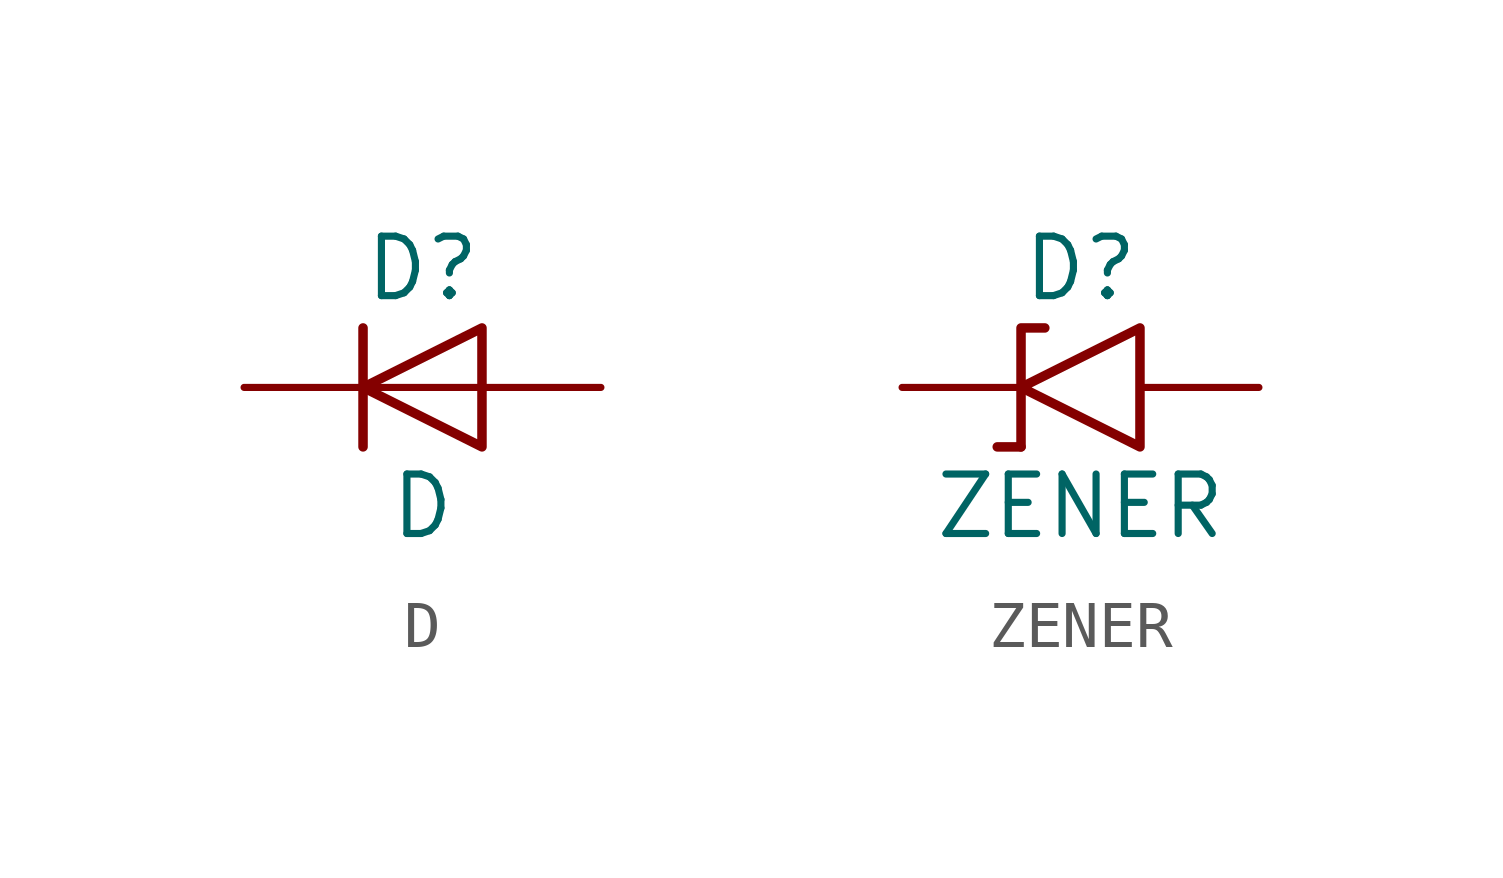
<source format=kicad_sym>
(kicad_symbol_lib
  (version 20201005)
  (generator kicad_symbol_editor)
  (symbol "D"
    (pin_numbers hide)
    (pin_names
      (offset 1.016) hide)
    (property "Reference" "D"
      (at 0 2.54 0)
      (effects (font (size 1.27 1.27))))
    (property "Value" "D"
      (at 0 -2.54 0)
      (effects (font (size 1.27 1.27))))
    (symbol "D_0_1"
      (polyline (pts (xy -1.27 1.27) (xy -1.27 -1.27)) (stroke (width 0.203)) (fill (type none)))
      (polyline (pts (xy 1.27 0) (xy -1.27 0)) (stroke (width 0)) (fill (type none)))
      (polyline (pts (xy 1.27 1.27) (xy 1.27 -1.27) (xy -1.27 0) (xy 1.27 1.27)) (stroke (width 0.203)) (fill (type none))))
    (symbol "D_1_1"
      (pin passive line (at 3.81 0 180) (length 2.54) (name "A" (effects (font (size 1.27 1.27)))) (number "A" (effects (font (size 1.27 1.27)))))
      (pin passive line (at -3.81 0 0) (length 2.54) (name "K" (effects (font (size 1.27 1.27)))) (number "C" (effects (font (size 1.27 1.27)))))))
  (symbol "ZENER"
    (pin_numbers hide)
    (pin_names
      (offset 1.016) hide)
    (property "Reference" "D"
      (at 0 2.54 0)
      (effects (font (size 1.27 1.27))))
    (property "Value" "ZENER"
      (at 0 -2.54 0)
      (effects (font (size 1.27 1.27))))
    (symbol "ZENER_0_1"
      (polyline (pts (xy -1.27 -1.27) (xy -1.778 -1.27)) (stroke (width 0.203)) (fill (type none)))
      (polyline (pts (xy -1.27 -1.27) (xy -1.27 1.27) (xy -0.762 1.27)) (stroke (width 0.203)) (fill (type none)))
      (polyline (pts (xy 1.27 -1.27) (xy 1.27 1.27) (xy -1.27 0) (xy 1.27 -1.27)) (stroke (width 0.203)) (fill (type none))))
    (symbol "ZENER_1_1"
      (pin passive line (at -3.81 0 0) (length 2.54) (name "K" (effects (font (size 1.27 1.27)))) (number "1" (effects (font (size 1.27 1.27)))))
      (pin passive line (at 3.81 0 180) (length 2.54) (name "A" (effects (font (size 1.27 1.27)))) (number "2" (effects (font (size 1.27 1.27))))))))
</source>
